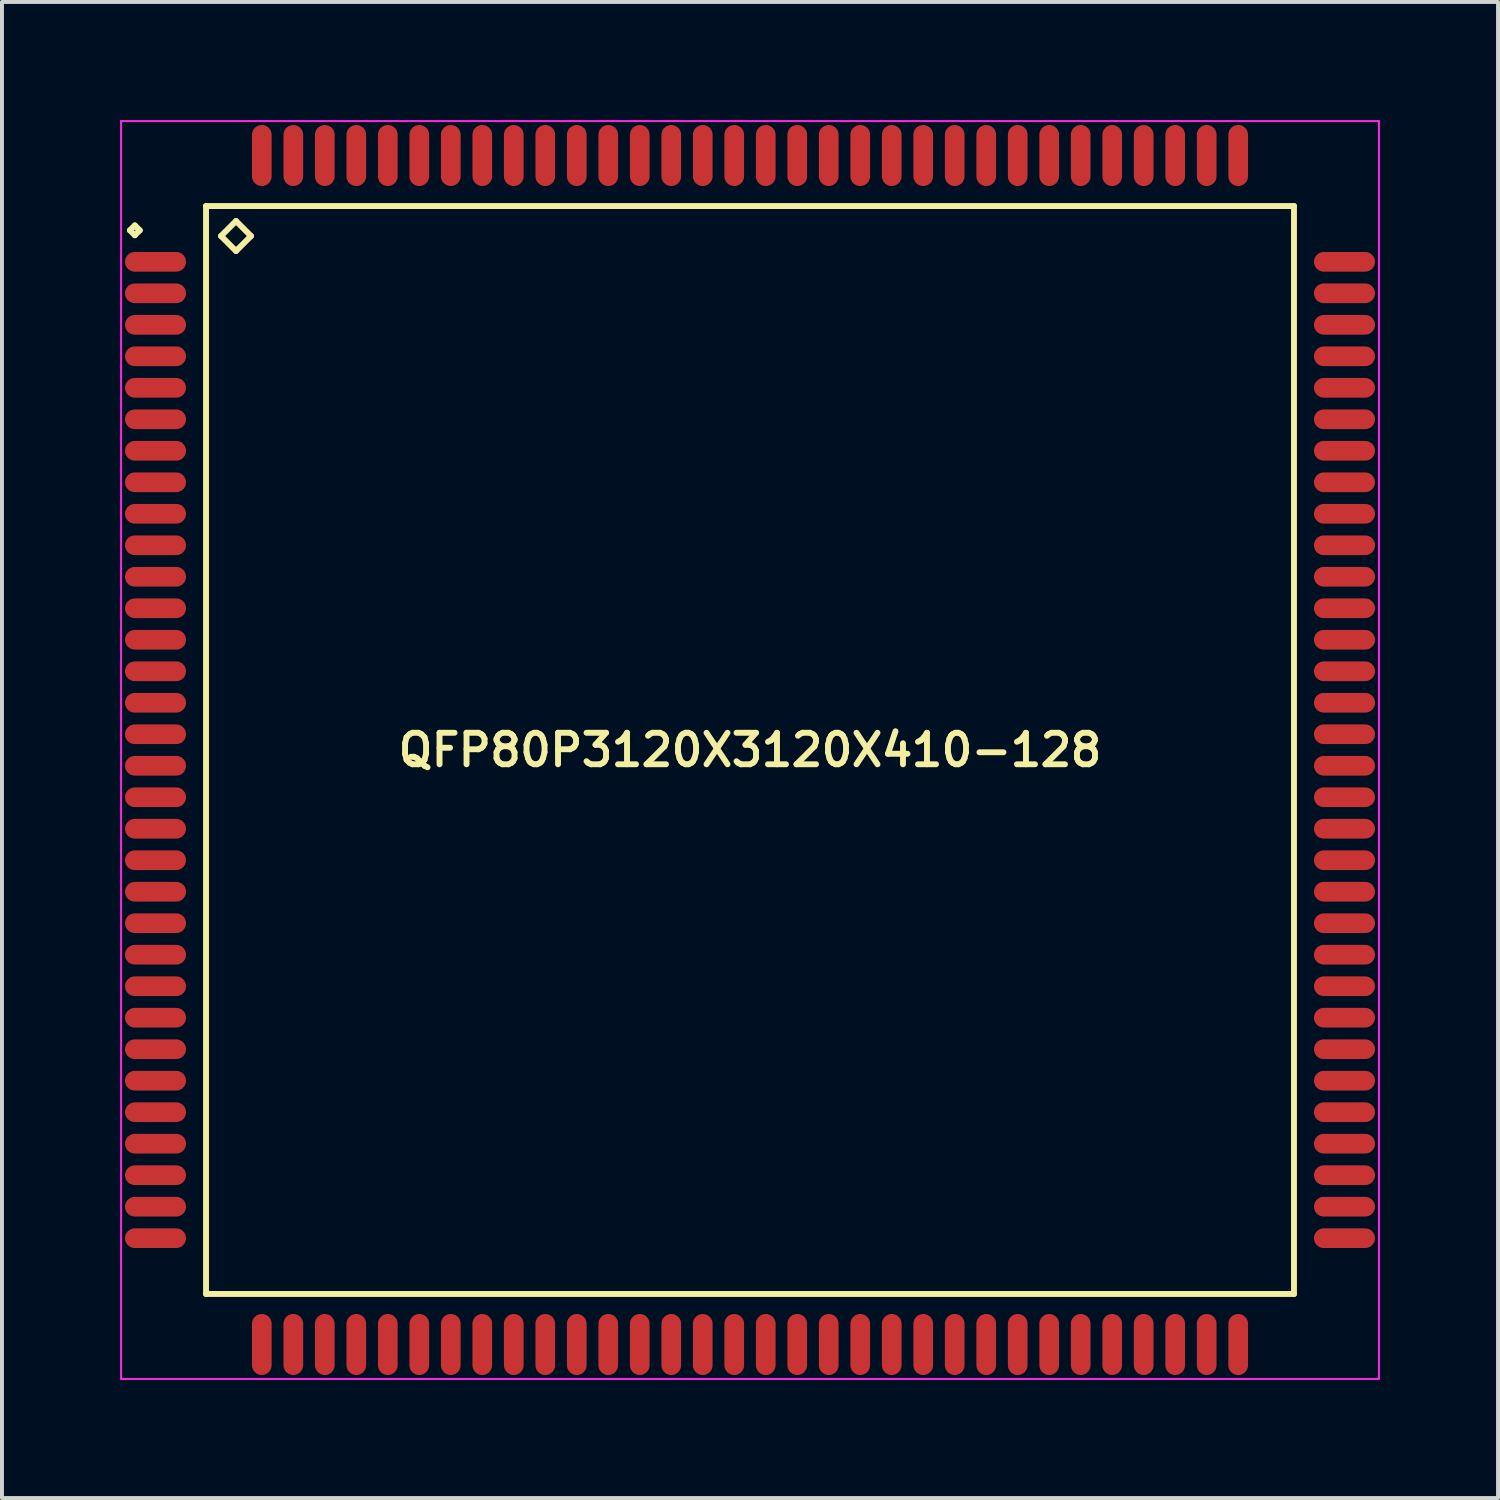
<source format=kicad_pcb>
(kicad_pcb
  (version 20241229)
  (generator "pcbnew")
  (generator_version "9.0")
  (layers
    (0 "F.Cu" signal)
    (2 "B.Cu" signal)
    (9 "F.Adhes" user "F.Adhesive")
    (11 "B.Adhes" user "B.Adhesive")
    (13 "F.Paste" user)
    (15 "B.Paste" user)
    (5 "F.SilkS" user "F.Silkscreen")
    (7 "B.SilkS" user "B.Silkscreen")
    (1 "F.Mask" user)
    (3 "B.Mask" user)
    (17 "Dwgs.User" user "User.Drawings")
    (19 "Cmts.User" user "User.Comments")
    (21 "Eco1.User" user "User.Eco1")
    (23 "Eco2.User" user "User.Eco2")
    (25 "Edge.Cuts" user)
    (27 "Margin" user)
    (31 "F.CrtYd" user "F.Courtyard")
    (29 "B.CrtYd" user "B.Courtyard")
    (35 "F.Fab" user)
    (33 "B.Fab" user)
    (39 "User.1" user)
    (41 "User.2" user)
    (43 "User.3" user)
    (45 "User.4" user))
  (footprint "QFP80P3120X3120X410-128"
    (layer "F.Cu")
    (at 16 16)
    (property "Reference" "QFP80P3120X3120X410-128" (at 0 0 0) (layer "F.SilkS") (effects (font (size 0.8 0.8) (thickness 0.15))))
    (attr smd)
    (fp_line (start -15.75 -13.2) (end -15.625 -13.325) (stroke (width 0.15) (type solid)) (layer "F.SilkS"))
    (fp_line (start -15.625 -13.325) (end -15.5 -13.2) (stroke (width 0.15) (type solid)) (layer "F.SilkS"))
    (fp_line (start -15.625 -13.075) (end -15.75 -13.2) (stroke (width 0.15) (type solid)) (layer "F.SilkS"))
    (fp_line (start -15.5 -13.2) (end -15.625 -13.075) (stroke (width 0.15) (type solid)) (layer "F.SilkS"))
    (fp_line (start -13.817 -13.817) (end -13.817 13.817) (stroke (width 0.15) (type solid)) (layer "F.SilkS"))
    (fp_line (start -13.817 13.817) (end 13.817 13.817) (stroke (width 0.15) (type solid)) (layer "F.SilkS"))
    (fp_line (start -13.436 -13.055) (end -13.055 -13.436) (stroke (width 0.15) (type solid)) (layer "F.SilkS"))
    (fp_line (start -13.055 -13.436) (end -12.674 -13.055) (stroke (width 0.15) (type solid)) (layer "F.SilkS"))
    (fp_line (start -13.055 -12.674) (end -13.436 -13.055) (stroke (width 0.15) (type solid)) (layer "F.SilkS"))
    (fp_line (start -12.674 -13.055) (end -13.055 -12.674) (stroke (width 0.15) (type solid)) (layer "F.SilkS"))
    (fp_line (start 13.817 -13.817) (end -13.817 -13.817) (stroke (width 0.15) (type solid)) (layer "F.SilkS"))
    (fp_line (start 13.817 13.817) (end 13.817 -13.817) (stroke (width 0.15) (type solid)) (layer "F.SilkS"))
    (fp_line (start -15.975 -15.975) (end 15.975 -15.975) (stroke (width 0.05) (type solid)) (layer "F.CrtYd"))
    (fp_line (start -15.975 15.975) (end -15.975 -15.975) (stroke (width 0.05) (type solid)) (layer "F.CrtYd"))
    (fp_line (start 15.975 -15.975) (end 15.975 15.975) (stroke (width 0.05) (type solid)) (layer "F.CrtYd"))
    (fp_line (start 15.975 15.975) (end -15.975 15.975) (stroke (width 0.05) (type solid)) (layer "F.CrtYd"))
    (pad "1" smd oval (at -15.1 -12.4) (size 1.55 0.5) (layers "F.Cu" "F.Mask" "F.Paste"))
    (pad "2" smd oval (at -15.1 -11.6) (size 1.55 0.5) (layers "F.Cu" "F.Mask" "F.Paste"))
    (pad "3" smd oval (at -15.1 -10.8) (size 1.55 0.5) (layers "F.Cu" "F.Mask" "F.Paste"))
    (pad "4" smd oval (at -15.1 -10) (size 1.55 0.5) (layers "F.Cu" "F.Mask" "F.Paste"))
    (pad "5" smd oval (at -15.1 -9.2) (size 1.55 0.5) (layers "F.Cu" "F.Mask" "F.Paste"))
    (pad "6" smd oval (at -15.1 -8.4) (size 1.55 0.5) (layers "F.Cu" "F.Mask" "F.Paste"))
    (pad "7" smd oval (at -15.1 -7.6) (size 1.55 0.5) (layers "F.Cu" "F.Mask" "F.Paste"))
    (pad "8" smd oval (at -15.1 -6.8) (size 1.55 0.5) (layers "F.Cu" "F.Mask" "F.Paste"))
    (pad "9" smd oval (at -15.1 -6) (size 1.55 0.5) (layers "F.Cu" "F.Mask" "F.Paste"))
    (pad "10" smd oval (at -15.1 -5.2) (size 1.55 0.5) (layers "F.Cu" "F.Mask" "F.Paste"))
    (pad "11" smd oval (at -15.1 -4.4) (size 1.55 0.5) (layers "F.Cu" "F.Mask" "F.Paste"))
    (pad "12" smd oval (at -15.1 -3.6) (size 1.55 0.5) (layers "F.Cu" "F.Mask" "F.Paste"))
    (pad "13" smd oval (at -15.1 -2.8) (size 1.55 0.5) (layers "F.Cu" "F.Mask" "F.Paste"))
    (pad "14" smd oval (at -15.1 -2) (size 1.55 0.5) (layers "F.Cu" "F.Mask" "F.Paste"))
    (pad "15" smd oval (at -15.1 -1.2) (size 1.55 0.5) (layers "F.Cu" "F.Mask" "F.Paste"))
    (pad "16" smd oval (at -15.1 -0.4) (size 1.55 0.5) (layers "F.Cu" "F.Mask" "F.Paste"))
    (pad "17" smd oval (at -15.1 0.4) (size 1.55 0.5) (layers "F.Cu" "F.Mask" "F.Paste"))
    (pad "18" smd oval (at -15.1 1.2) (size 1.55 0.5) (layers "F.Cu" "F.Mask" "F.Paste"))
    (pad "19" smd oval (at -15.1 2) (size 1.55 0.5) (layers "F.Cu" "F.Mask" "F.Paste"))
    (pad "20" smd oval (at -15.1 2.8) (size 1.55 0.5) (layers "F.Cu" "F.Mask" "F.Paste"))
    (pad "21" smd oval (at -15.1 3.6) (size 1.55 0.5) (layers "F.Cu" "F.Mask" "F.Paste"))
    (pad "22" smd oval (at -15.1 4.4) (size 1.55 0.5) (layers "F.Cu" "F.Mask" "F.Paste"))
    (pad "23" smd oval (at -15.1 5.2) (size 1.55 0.5) (layers "F.Cu" "F.Mask" "F.Paste"))
    (pad "24" smd oval (at -15.1 6) (size 1.55 0.5) (layers "F.Cu" "F.Mask" "F.Paste"))
    (pad "25" smd oval (at -15.1 6.8) (size 1.55 0.5) (layers "F.Cu" "F.Mask" "F.Paste"))
    (pad "26" smd oval (at -15.1 7.6) (size 1.55 0.5) (layers "F.Cu" "F.Mask" "F.Paste"))
    (pad "27" smd oval (at -15.1 8.4) (size 1.55 0.5) (layers "F.Cu" "F.Mask" "F.Paste"))
    (pad "28" smd oval (at -15.1 9.2) (size 1.55 0.5) (layers "F.Cu" "F.Mask" "F.Paste"))
    (pad "29" smd oval (at -15.1 10) (size 1.55 0.5) (layers "F.Cu" "F.Mask" "F.Paste"))
    (pad "30" smd oval (at -15.1 10.8) (size 1.55 0.5) (layers "F.Cu" "F.Mask" "F.Paste"))
    (pad "31" smd oval (at -15.1 11.6) (size 1.55 0.5) (layers "F.Cu" "F.Mask" "F.Paste"))
    (pad "32" smd oval (at -15.1 12.4) (size 1.55 0.5) (layers "F.Cu" "F.Mask" "F.Paste"))
    (pad "33" smd oval (at -12.4 15.1) (size 0.5 1.55) (layers "F.Cu" "F.Mask" "F.Paste"))
    (pad "34" smd oval (at -11.6 15.1) (size 0.5 1.55) (layers "F.Cu" "F.Mask" "F.Paste"))
    (pad "35" smd oval (at -10.8 15.1) (size 0.5 1.55) (layers "F.Cu" "F.Mask" "F.Paste"))
    (pad "36" smd oval (at -10 15.1) (size 0.5 1.55) (layers "F.Cu" "F.Mask" "F.Paste"))
    (pad "37" smd oval (at -9.2 15.1) (size 0.5 1.55) (layers "F.Cu" "F.Mask" "F.Paste"))
    (pad "38" smd oval (at -8.4 15.1) (size 0.5 1.55) (layers "F.Cu" "F.Mask" "F.Paste"))
    (pad "39" smd oval (at -7.6 15.1) (size 0.5 1.55) (layers "F.Cu" "F.Mask" "F.Paste"))
    (pad "40" smd oval (at -6.8 15.1) (size 0.5 1.55) (layers "F.Cu" "F.Mask" "F.Paste"))
    (pad "41" smd oval (at -6 15.1) (size 0.5 1.55) (layers "F.Cu" "F.Mask" "F.Paste"))
    (pad "42" smd oval (at -5.2 15.1) (size 0.5 1.55) (layers "F.Cu" "F.Mask" "F.Paste"))
    (pad "43" smd oval (at -4.4 15.1) (size 0.5 1.55) (layers "F.Cu" "F.Mask" "F.Paste"))
    (pad "44" smd oval (at -3.6 15.1) (size 0.5 1.55) (layers "F.Cu" "F.Mask" "F.Paste"))
    (pad "45" smd oval (at -2.8 15.1) (size 0.5 1.55) (layers "F.Cu" "F.Mask" "F.Paste"))
    (pad "46" smd oval (at -2 15.1) (size 0.5 1.55) (layers "F.Cu" "F.Mask" "F.Paste"))
    (pad "47" smd oval (at -1.2 15.1) (size 0.5 1.55) (layers "F.Cu" "F.Mask" "F.Paste"))
    (pad "48" smd oval (at -0.4 15.1) (size 0.5 1.55) (layers "F.Cu" "F.Mask" "F.Paste"))
    (pad "49" smd oval (at 0.4 15.1) (size 0.5 1.55) (layers "F.Cu" "F.Mask" "F.Paste"))
    (pad "50" smd oval (at 1.2 15.1) (size 0.5 1.55) (layers "F.Cu" "F.Mask" "F.Paste"))
    (pad "51" smd oval (at 2 15.1) (size 0.5 1.55) (layers "F.Cu" "F.Mask" "F.Paste"))
    (pad "52" smd oval (at 2.8 15.1) (size 0.5 1.55) (layers "F.Cu" "F.Mask" "F.Paste"))
    (pad "53" smd oval (at 3.6 15.1) (size 0.5 1.55) (layers "F.Cu" "F.Mask" "F.Paste"))
    (pad "54" smd oval (at 4.4 15.1) (size 0.5 1.55) (layers "F.Cu" "F.Mask" "F.Paste"))
    (pad "55" smd oval (at 5.2 15.1) (size 0.5 1.55) (layers "F.Cu" "F.Mask" "F.Paste"))
    (pad "56" smd oval (at 6 15.1) (size 0.5 1.55) (layers "F.Cu" "F.Mask" "F.Paste"))
    (pad "57" smd oval (at 6.8 15.1) (size 0.5 1.55) (layers "F.Cu" "F.Mask" "F.Paste"))
    (pad "58" smd oval (at 7.6 15.1) (size 0.5 1.55) (layers "F.Cu" "F.Mask" "F.Paste"))
    (pad "59" smd oval (at 8.4 15.1) (size 0.5 1.55) (layers "F.Cu" "F.Mask" "F.Paste"))
    (pad "60" smd oval (at 9.2 15.1) (size 0.5 1.55) (layers "F.Cu" "F.Mask" "F.Paste"))
    (pad "61" smd oval (at 10 15.1) (size 0.5 1.55) (layers "F.Cu" "F.Mask" "F.Paste"))
    (pad "62" smd oval (at 10.8 15.1) (size 0.5 1.55) (layers "F.Cu" "F.Mask" "F.Paste"))
    (pad "63" smd oval (at 11.6 15.1) (size 0.5 1.55) (layers "F.Cu" "F.Mask" "F.Paste"))
    (pad "64" smd oval (at 12.4 15.1) (size 0.5 1.55) (layers "F.Cu" "F.Mask" "F.Paste"))
    (pad "65" smd oval (at 15.1 12.4) (size 1.55 0.5) (layers "F.Cu" "F.Mask" "F.Paste"))
    (pad "66" smd oval (at 15.1 11.6) (size 1.55 0.5) (layers "F.Cu" "F.Mask" "F.Paste"))
    (pad "67" smd oval (at 15.1 10.8) (size 1.55 0.5) (layers "F.Cu" "F.Mask" "F.Paste"))
    (pad "68" smd oval (at 15.1 10) (size 1.55 0.5) (layers "F.Cu" "F.Mask" "F.Paste"))
    (pad "69" smd oval (at 15.1 9.2) (size 1.55 0.5) (layers "F.Cu" "F.Mask" "F.Paste"))
    (pad "70" smd oval (at 15.1 8.4) (size 1.55 0.5) (layers "F.Cu" "F.Mask" "F.Paste"))
    (pad "71" smd oval (at 15.1 7.6) (size 1.55 0.5) (layers "F.Cu" "F.Mask" "F.Paste"))
    (pad "72" smd oval (at 15.1 6.8) (size 1.55 0.5) (layers "F.Cu" "F.Mask" "F.Paste"))
    (pad "73" smd oval (at 15.1 6) (size 1.55 0.5) (layers "F.Cu" "F.Mask" "F.Paste"))
    (pad "74" smd oval (at 15.1 5.2) (size 1.55 0.5) (layers "F.Cu" "F.Mask" "F.Paste"))
    (pad "75" smd oval (at 15.1 4.4) (size 1.55 0.5) (layers "F.Cu" "F.Mask" "F.Paste"))
    (pad "76" smd oval (at 15.1 3.6) (size 1.55 0.5) (layers "F.Cu" "F.Mask" "F.Paste"))
    (pad "77" smd oval (at 15.1 2.8) (size 1.55 0.5) (layers "F.Cu" "F.Mask" "F.Paste"))
    (pad "78" smd oval (at 15.1 2) (size 1.55 0.5) (layers "F.Cu" "F.Mask" "F.Paste"))
    (pad "79" smd oval (at 15.1 1.2) (size 1.55 0.5) (layers "F.Cu" "F.Mask" "F.Paste"))
    (pad "80" smd oval (at 15.1 0.4) (size 1.55 0.5) (layers "F.Cu" "F.Mask" "F.Paste"))
    (pad "81" smd oval (at 15.1 -0.4) (size 1.55 0.5) (layers "F.Cu" "F.Mask" "F.Paste"))
    (pad "82" smd oval (at 15.1 -1.2) (size 1.55 0.5) (layers "F.Cu" "F.Mask" "F.Paste"))
    (pad "83" smd oval (at 15.1 -2) (size 1.55 0.5) (layers "F.Cu" "F.Mask" "F.Paste"))
    (pad "84" smd oval (at 15.1 -2.8) (size 1.55 0.5) (layers "F.Cu" "F.Mask" "F.Paste"))
    (pad "85" smd oval (at 15.1 -3.6) (size 1.55 0.5) (layers "F.Cu" "F.Mask" "F.Paste"))
    (pad "86" smd oval (at 15.1 -4.4) (size 1.55 0.5) (layers "F.Cu" "F.Mask" "F.Paste"))
    (pad "87" smd oval (at 15.1 -5.2) (size 1.55 0.5) (layers "F.Cu" "F.Mask" "F.Paste"))
    (pad "88" smd oval (at 15.1 -6) (size 1.55 0.5) (layers "F.Cu" "F.Mask" "F.Paste"))
    (pad "89" smd oval (at 15.1 -6.8) (size 1.55 0.5) (layers "F.Cu" "F.Mask" "F.Paste"))
    (pad "90" smd oval (at 15.1 -7.6) (size 1.55 0.5) (layers "F.Cu" "F.Mask" "F.Paste"))
    (pad "91" smd oval (at 15.1 -8.4) (size 1.55 0.5) (layers "F.Cu" "F.Mask" "F.Paste"))
    (pad "92" smd oval (at 15.1 -9.2) (size 1.55 0.5) (layers "F.Cu" "F.Mask" "F.Paste"))
    (pad "93" smd oval (at 15.1 -10) (size 1.55 0.5) (layers "F.Cu" "F.Mask" "F.Paste"))
    (pad "94" smd oval (at 15.1 -10.8) (size 1.55 0.5) (layers "F.Cu" "F.Mask" "F.Paste"))
    (pad "95" smd oval (at 15.1 -11.6) (size 1.55 0.5) (layers "F.Cu" "F.Mask" "F.Paste"))
    (pad "96" smd oval (at 15.1 -12.4) (size 1.55 0.5) (layers "F.Cu" "F.Mask" "F.Paste"))
    (pad "97" smd oval (at 12.4 -15.1) (size 0.5 1.55) (layers "F.Cu" "F.Mask" "F.Paste"))
    (pad "98" smd oval (at 11.6 -15.1) (size 0.5 1.55) (layers "F.Cu" "F.Mask" "F.Paste"))
    (pad "99" smd oval (at 10.8 -15.1) (size 0.5 1.55) (layers "F.Cu" "F.Mask" "F.Paste"))
    (pad "100" smd oval (at 10 -15.1) (size 0.5 1.55) (layers "F.Cu" "F.Mask" "F.Paste"))
    (pad "101" smd oval (at 9.2 -15.1) (size 0.5 1.55) (layers "F.Cu" "F.Mask" "F.Paste"))
    (pad "102" smd oval (at 8.4 -15.1) (size 0.5 1.55) (layers "F.Cu" "F.Mask" "F.Paste"))
    (pad "103" smd oval (at 7.6 -15.1) (size 0.5 1.55) (layers "F.Cu" "F.Mask" "F.Paste"))
    (pad "104" smd oval (at 6.8 -15.1) (size 0.5 1.55) (layers "F.Cu" "F.Mask" "F.Paste"))
    (pad "105" smd oval (at 6 -15.1) (size 0.5 1.55) (layers "F.Cu" "F.Mask" "F.Paste"))
    (pad "106" smd oval (at 5.2 -15.1) (size 0.5 1.55) (layers "F.Cu" "F.Mask" "F.Paste"))
    (pad "107" smd oval (at 4.4 -15.1) (size 0.5 1.55) (layers "F.Cu" "F.Mask" "F.Paste"))
    (pad "108" smd oval (at 3.6 -15.1) (size 0.5 1.55) (layers "F.Cu" "F.Mask" "F.Paste"))
    (pad "109" smd oval (at 2.8 -15.1) (size 0.5 1.55) (layers "F.Cu" "F.Mask" "F.Paste"))
    (pad "110" smd oval (at 2 -15.1) (size 0.5 1.55) (layers "F.Cu" "F.Mask" "F.Paste"))
    (pad "111" smd oval (at 1.2 -15.1) (size 0.5 1.55) (layers "F.Cu" "F.Mask" "F.Paste"))
    (pad "112" smd oval (at 0.4 -15.1) (size 0.5 1.55) (layers "F.Cu" "F.Mask" "F.Paste"))
    (pad "113" smd oval (at -0.4 -15.1) (size 0.5 1.55) (layers "F.Cu" "F.Mask" "F.Paste"))
    (pad "114" smd oval (at -1.2 -15.1) (size 0.5 1.55) (layers "F.Cu" "F.Mask" "F.Paste"))
    (pad "115" smd oval (at -2 -15.1) (size 0.5 1.55) (layers "F.Cu" "F.Mask" "F.Paste"))
    (pad "116" smd oval (at -2.8 -15.1) (size 0.5 1.55) (layers "F.Cu" "F.Mask" "F.Paste"))
    (pad "117" smd oval (at -3.6 -15.1) (size 0.5 1.55) (layers "F.Cu" "F.Mask" "F.Paste"))
    (pad "118" smd oval (at -4.4 -15.1) (size 0.5 1.55) (layers "F.Cu" "F.Mask" "F.Paste"))
    (pad "119" smd oval (at -5.2 -15.1) (size 0.5 1.55) (layers "F.Cu" "F.Mask" "F.Paste"))
    (pad "120" smd oval (at -6 -15.1) (size 0.5 1.55) (layers "F.Cu" "F.Mask" "F.Paste"))
    (pad "121" smd oval (at -6.8 -15.1) (size 0.5 1.55) (layers "F.Cu" "F.Mask" "F.Paste"))
    (pad "122" smd oval (at -7.6 -15.1) (size 0.5 1.55) (layers "F.Cu" "F.Mask" "F.Paste"))
    (pad "123" smd oval (at -8.4 -15.1) (size 0.5 1.55) (layers "F.Cu" "F.Mask" "F.Paste"))
    (pad "124" smd oval (at -9.2 -15.1) (size 0.5 1.55) (layers "F.Cu" "F.Mask" "F.Paste"))
    (pad "125" smd oval (at -10 -15.1) (size 0.5 1.55) (layers "F.Cu" "F.Mask" "F.Paste"))
    (pad "126" smd oval (at -10.8 -15.1) (size 0.5 1.55) (layers "F.Cu" "F.Mask" "F.Paste"))
    (pad "127" smd oval (at -11.6 -15.1) (size 0.5 1.55) (layers "F.Cu" "F.Mask" "F.Paste"))
    (pad "128" smd oval (at -12.4 -15.1) (size 0.5 1.55) (layers "F.Cu" "F.Mask" "F.Paste")))
  (gr_rect
    (start -3 -3)
    (end 35 35)
    (stroke (width 0.1) (type default))
    (fill no)
    (layer "Edge.Cuts")))
</source>
